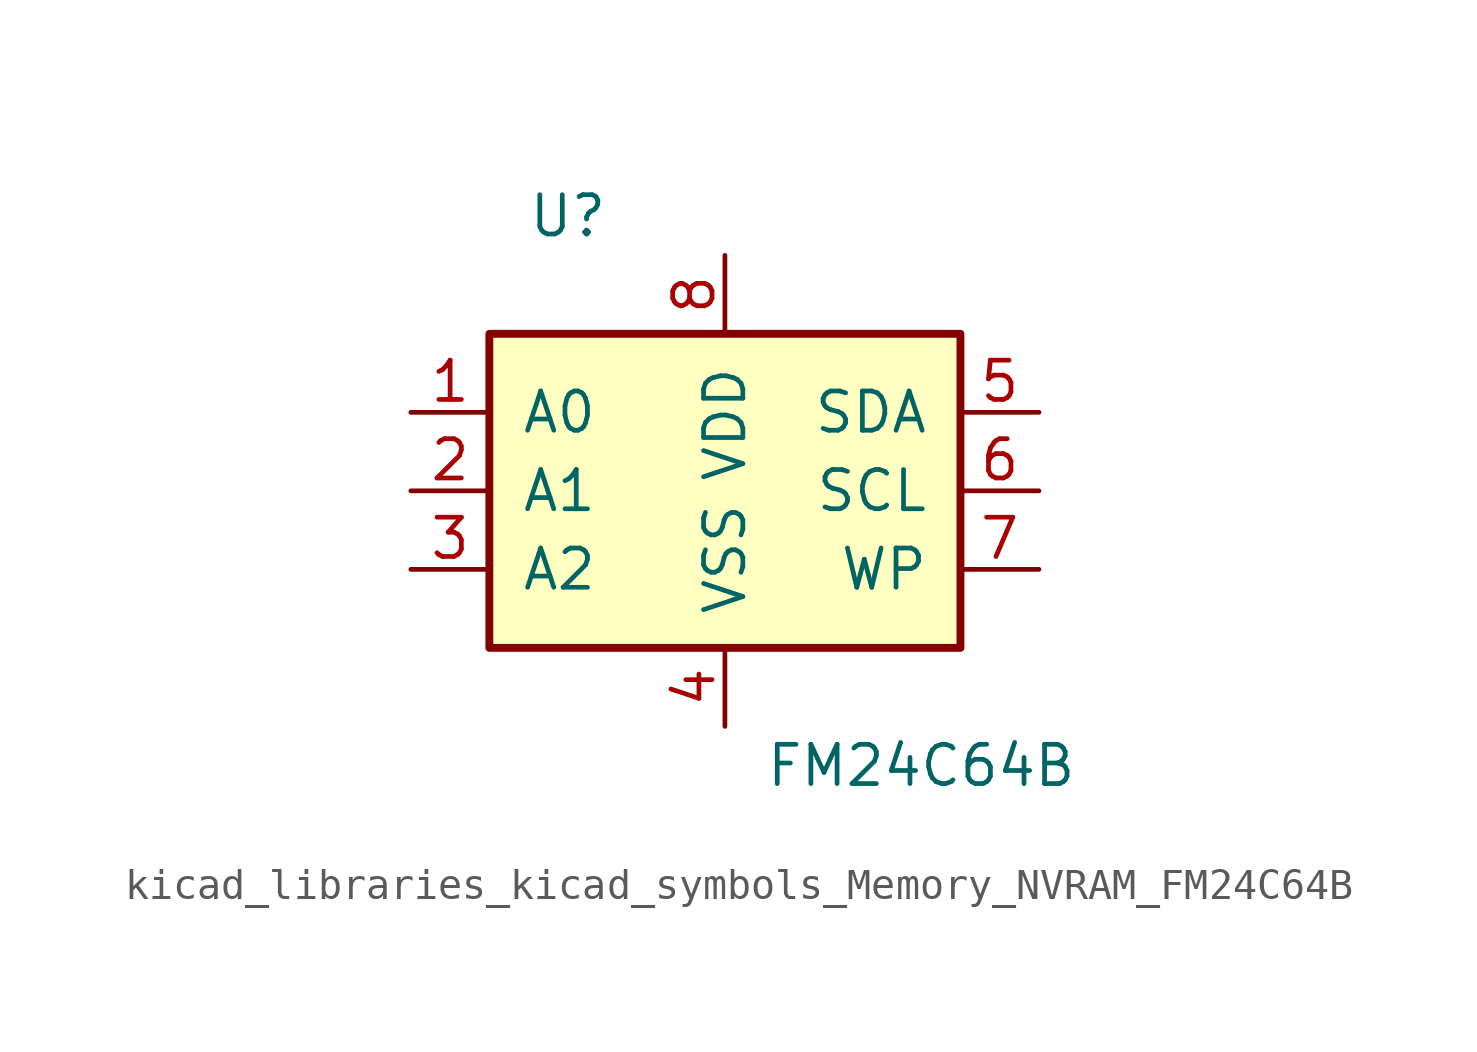
<source format=kicad_sym>
(kicad_symbol_lib
  (version 20220914)
  (generator kicad_symbol_editor)
  (symbol "kicad_libraries_kicad_symbols_Memory_NVRAM_FM24C64B"
    (pin_names
      (offset 1.016))
    (property "Reference" "U"
      (at -5.08 8.89 0)
      (effects (font (size 1.27 1.27))))
    (property "Value" "FM24C64B"
      (at 6.35 -8.89 0)
      (effects (font (size 1.27 1.27))))
    (symbol "kicad_libraries_kicad_symbols_Memory_NVRAM_FM24C64B_0_1"
      (rectangle (start -7.62 5.08) (end 7.62 -5.08) (stroke (width 0.254) (type default)) (fill (type background))))
    (symbol "kicad_libraries_kicad_symbols_Memory_NVRAM_FM24C64B_1_1"
      (pin input line (at -10.16 2.54 0) (length 2.54) (name "A0" (effects (font (size 1.27 1.27)))) (number "1" (effects (font (size 1.27 1.27)))))
      (pin input line (at -10.16 0 0) (length 2.54) (name "A1" (effects (font (size 1.27 1.27)))) (number "2" (effects (font (size 1.27 1.27)))))
      (pin input line (at -10.16 -2.54 0) (length 2.54) (name "A2" (effects (font (size 1.27 1.27)))) (number "3" (effects (font (size 1.27 1.27)))))
      (pin power_in line (at 0 -7.62 90) (length 2.54) (name "VSS" (effects (font (size 1.27 1.27)))) (number "4" (effects (font (size 1.27 1.27)))))
      (pin bidirectional line (at 10.16 2.54 180) (length 2.54) (name "SDA" (effects (font (size 1.27 1.27)))) (number "5" (effects (font (size 1.27 1.27)))))
      (pin input line (at 10.16 0 180) (length 2.54) (name "SCL" (effects (font (size 1.27 1.27)))) (number "6" (effects (font (size 1.27 1.27)))))
      (pin input line (at 10.16 -2.54 180) (length 2.54) (name "WP" (effects (font (size 1.27 1.27)))) (number "7" (effects (font (size 1.27 1.27)))))
      (pin power_in line (at 0 7.62 270) (length 2.54) (name "VDD" (effects (font (size 1.27 1.27)))) (number "8" (effects (font (size 1.27 1.27))))))))
</source>
